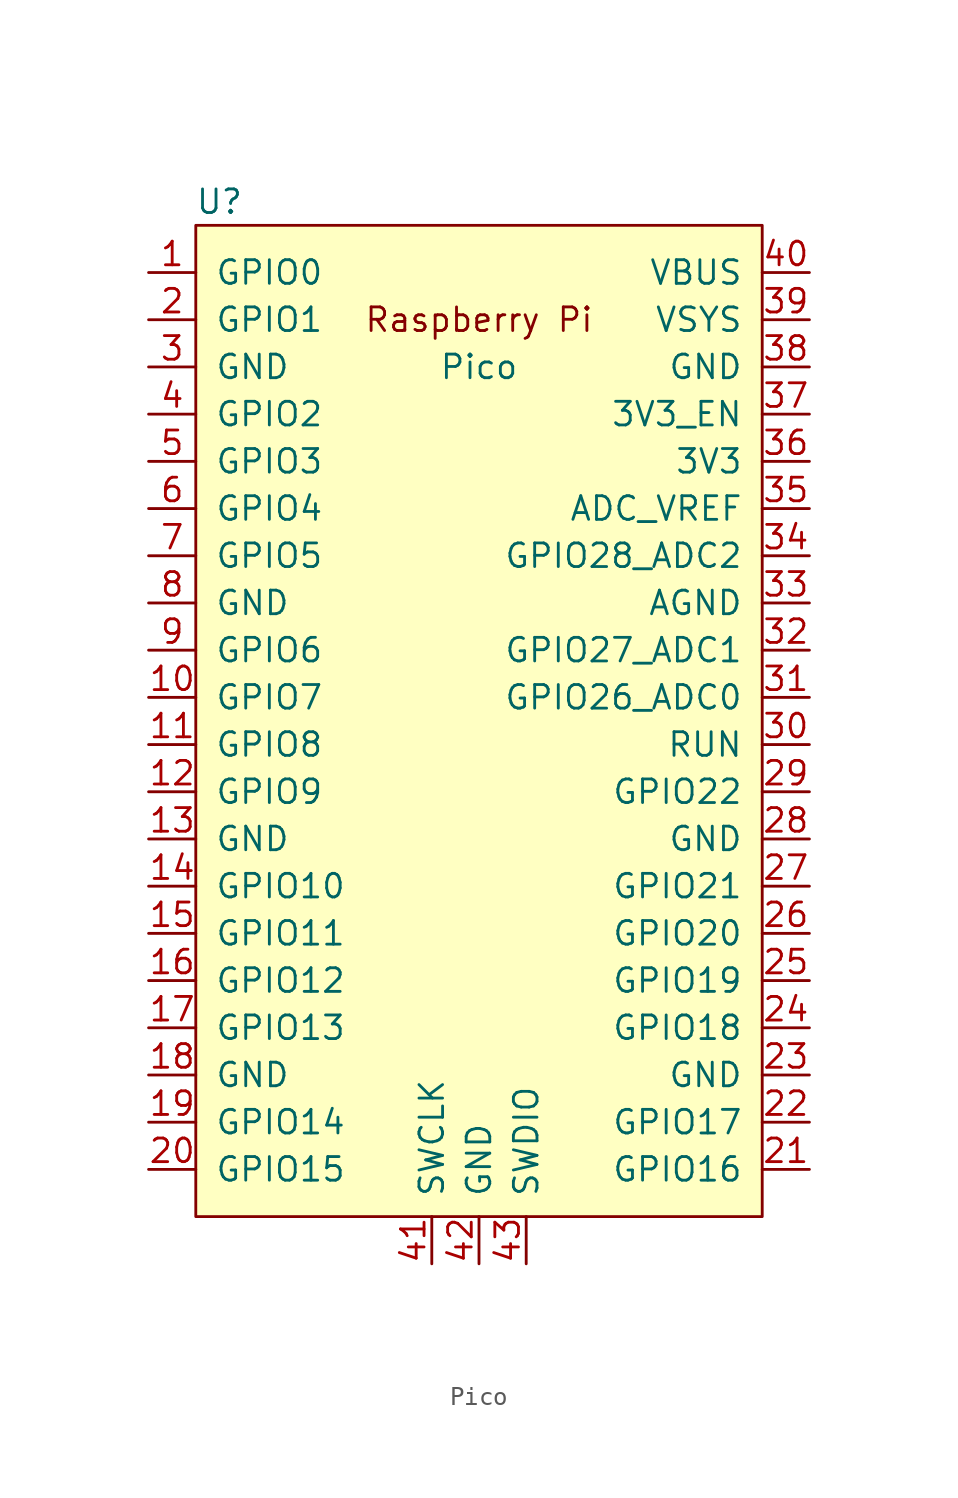
<source format=kicad_sym>
(kicad_symbol_lib
  (version 20211014)
  (generator kicad_symbol_editor)
  (symbol "Pico"
    (pin_names
      (offset 1.016))
    (property "Reference" "U"
      (at -13.97 27.94 0)
      (effects (font (size 1.27 1.27))))
    (property "Value" "Pico"
      (at 0 19.05 0)
      (effects (font (size 1.27 1.27))))
    (symbol "Pico_0_0"
      (text "Raspberry Pi" (at 0 21.59 0) (effects (font (size 1.27 1.27)))))
    (symbol "Pico_0_1"
      (rectangle (start -15.24 26.67) (end 15.24 -26.67) (stroke (width 0) (type default) (color 0 0 0 0)) (fill (type background))))
    (symbol "Pico_1_1"
      (pin bidirectional line (at -17.78 24.13 0) (length 2.54) (name "GPIO0" (effects (font (size 1.27 1.27)))) (number "1" (effects (font (size 1.27 1.27)))))
      (pin bidirectional line (at -17.78 1.27 0) (length 2.54) (name "GPIO7" (effects (font (size 1.27 1.27)))) (number "10" (effects (font (size 1.27 1.27)))))
      (pin bidirectional line (at -17.78 -1.27 0) (length 2.54) (name "GPIO8" (effects (font (size 1.27 1.27)))) (number "11" (effects (font (size 1.27 1.27)))))
      (pin bidirectional line (at -17.78 -3.81 0) (length 2.54) (name "GPIO9" (effects (font (size 1.27 1.27)))) (number "12" (effects (font (size 1.27 1.27)))))
      (pin power_in line (at -17.78 -6.35 0) (length 2.54) (name "GND" (effects (font (size 1.27 1.27)))) (number "13" (effects (font (size 1.27 1.27)))))
      (pin bidirectional line (at -17.78 -8.89 0) (length 2.54) (name "GPIO10" (effects (font (size 1.27 1.27)))) (number "14" (effects (font (size 1.27 1.27)))))
      (pin bidirectional line (at -17.78 -11.43 0) (length 2.54) (name "GPIO11" (effects (font (size 1.27 1.27)))) (number "15" (effects (font (size 1.27 1.27)))))
      (pin bidirectional line (at -17.78 -13.97 0) (length 2.54) (name "GPIO12" (effects (font (size 1.27 1.27)))) (number "16" (effects (font (size 1.27 1.27)))))
      (pin bidirectional line (at -17.78 -16.51 0) (length 2.54) (name "GPIO13" (effects (font (size 1.27 1.27)))) (number "17" (effects (font (size 1.27 1.27)))))
      (pin power_in line (at -17.78 -19.05 0) (length 2.54) (name "GND" (effects (font (size 1.27 1.27)))) (number "18" (effects (font (size 1.27 1.27)))))
      (pin bidirectional line (at -17.78 -21.59 0) (length 2.54) (name "GPIO14" (effects (font (size 1.27 1.27)))) (number "19" (effects (font (size 1.27 1.27)))))
      (pin bidirectional line (at -17.78 21.59 0) (length 2.54) (name "GPIO1" (effects (font (size 1.27 1.27)))) (number "2" (effects (font (size 1.27 1.27)))))
      (pin bidirectional line (at -17.78 -24.13 0) (length 2.54) (name "GPIO15" (effects (font (size 1.27 1.27)))) (number "20" (effects (font (size 1.27 1.27)))))
      (pin bidirectional line (at 17.78 -24.13 180) (length 2.54) (name "GPIO16" (effects (font (size 1.27 1.27)))) (number "21" (effects (font (size 1.27 1.27)))))
      (pin bidirectional line (at 17.78 -21.59 180) (length 2.54) (name "GPIO17" (effects (font (size 1.27 1.27)))) (number "22" (effects (font (size 1.27 1.27)))))
      (pin power_in line (at 17.78 -19.05 180) (length 2.54) (name "GND" (effects (font (size 1.27 1.27)))) (number "23" (effects (font (size 1.27 1.27)))))
      (pin bidirectional line (at 17.78 -16.51 180) (length 2.54) (name "GPIO18" (effects (font (size 1.27 1.27)))) (number "24" (effects (font (size 1.27 1.27)))))
      (pin bidirectional line (at 17.78 -13.97 180) (length 2.54) (name "GPIO19" (effects (font (size 1.27 1.27)))) (number "25" (effects (font (size 1.27 1.27)))))
      (pin bidirectional line (at 17.78 -11.43 180) (length 2.54) (name "GPIO20" (effects (font (size 1.27 1.27)))) (number "26" (effects (font (size 1.27 1.27)))))
      (pin bidirectional line (at 17.78 -8.89 180) (length 2.54) (name "GPIO21" (effects (font (size 1.27 1.27)))) (number "27" (effects (font (size 1.27 1.27)))))
      (pin power_in line (at 17.78 -6.35 180) (length 2.54) (name "GND" (effects (font (size 1.27 1.27)))) (number "28" (effects (font (size 1.27 1.27)))))
      (pin bidirectional line (at 17.78 -3.81 180) (length 2.54) (name "GPIO22" (effects (font (size 1.27 1.27)))) (number "29" (effects (font (size 1.27 1.27)))))
      (pin power_in line (at -17.78 19.05 0) (length 2.54) (name "GND" (effects (font (size 1.27 1.27)))) (number "3" (effects (font (size 1.27 1.27)))))
      (pin input line (at 17.78 -1.27 180) (length 2.54) (name "RUN" (effects (font (size 1.27 1.27)))) (number "30" (effects (font (size 1.27 1.27)))))
      (pin bidirectional line (at 17.78 1.27 180) (length 2.54) (name "GPIO26_ADC0" (effects (font (size 1.27 1.27)))) (number "31" (effects (font (size 1.27 1.27)))))
      (pin bidirectional line (at 17.78 3.81 180) (length 2.54) (name "GPIO27_ADC1" (effects (font (size 1.27 1.27)))) (number "32" (effects (font (size 1.27 1.27)))))
      (pin power_in line (at 17.78 6.35 180) (length 2.54) (name "AGND" (effects (font (size 1.27 1.27)))) (number "33" (effects (font (size 1.27 1.27)))))
      (pin bidirectional line (at 17.78 8.89 180) (length 2.54) (name "GPIO28_ADC2" (effects (font (size 1.27 1.27)))) (number "34" (effects (font (size 1.27 1.27)))))
      (pin unspecified line (at 17.78 11.43 180) (length 2.54) (name "ADC_VREF" (effects (font (size 1.27 1.27)))) (number "35" (effects (font (size 1.27 1.27)))))
      (pin unspecified line (at 17.78 13.97 180) (length 2.54) (name "3V3" (effects (font (size 1.27 1.27)))) (number "36" (effects (font (size 1.27 1.27)))))
      (pin input line (at 17.78 16.51 180) (length 2.54) (name "3V3_EN" (effects (font (size 1.27 1.27)))) (number "37" (effects (font (size 1.27 1.27)))))
      (pin power_in line (at 17.78 19.05 180) (length 2.54) (name "GND" (effects (font (size 1.27 1.27)))) (number "38" (effects (font (size 1.27 1.27)))))
      (pin unspecified line (at 17.78 21.59 180) (length 2.54) (name "VSYS" (effects (font (size 1.27 1.27)))) (number "39" (effects (font (size 1.27 1.27)))))
      (pin bidirectional line (at -17.78 16.51 0) (length 2.54) (name "GPIO2" (effects (font (size 1.27 1.27)))) (number "4" (effects (font (size 1.27 1.27)))))
      (pin unspecified line (at 17.78 24.13 180) (length 2.54) (name "VBUS" (effects (font (size 1.27 1.27)))) (number "40" (effects (font (size 1.27 1.27)))))
      (pin input line (at -2.54 -29.21 90) (length 2.54) (name "SWCLK" (effects (font (size 1.27 1.27)))) (number "41" (effects (font (size 1.27 1.27)))))
      (pin power_in line (at 0 -29.21 90) (length 2.54) (name "GND" (effects (font (size 1.27 1.27)))) (number "42" (effects (font (size 1.27 1.27)))))
      (pin bidirectional line (at 2.54 -29.21 90) (length 2.54) (name "SWDIO" (effects (font (size 1.27 1.27)))) (number "43" (effects (font (size 1.27 1.27)))))
      (pin bidirectional line (at -17.78 13.97 0) (length 2.54) (name "GPIO3" (effects (font (size 1.27 1.27)))) (number "5" (effects (font (size 1.27 1.27)))))
      (pin bidirectional line (at -17.78 11.43 0) (length 2.54) (name "GPIO4" (effects (font (size 1.27 1.27)))) (number "6" (effects (font (size 1.27 1.27)))))
      (pin bidirectional line (at -17.78 8.89 0) (length 2.54) (name "GPIO5" (effects (font (size 1.27 1.27)))) (number "7" (effects (font (size 1.27 1.27)))))
      (pin power_in line (at -17.78 6.35 0) (length 2.54) (name "GND" (effects (font (size 1.27 1.27)))) (number "8" (effects (font (size 1.27 1.27)))))
      (pin bidirectional line (at -17.78 3.81 0) (length 2.54) (name "GPIO6" (effects (font (size 1.27 1.27)))) (number "9" (effects (font (size 1.27 1.27))))))))
</source>
